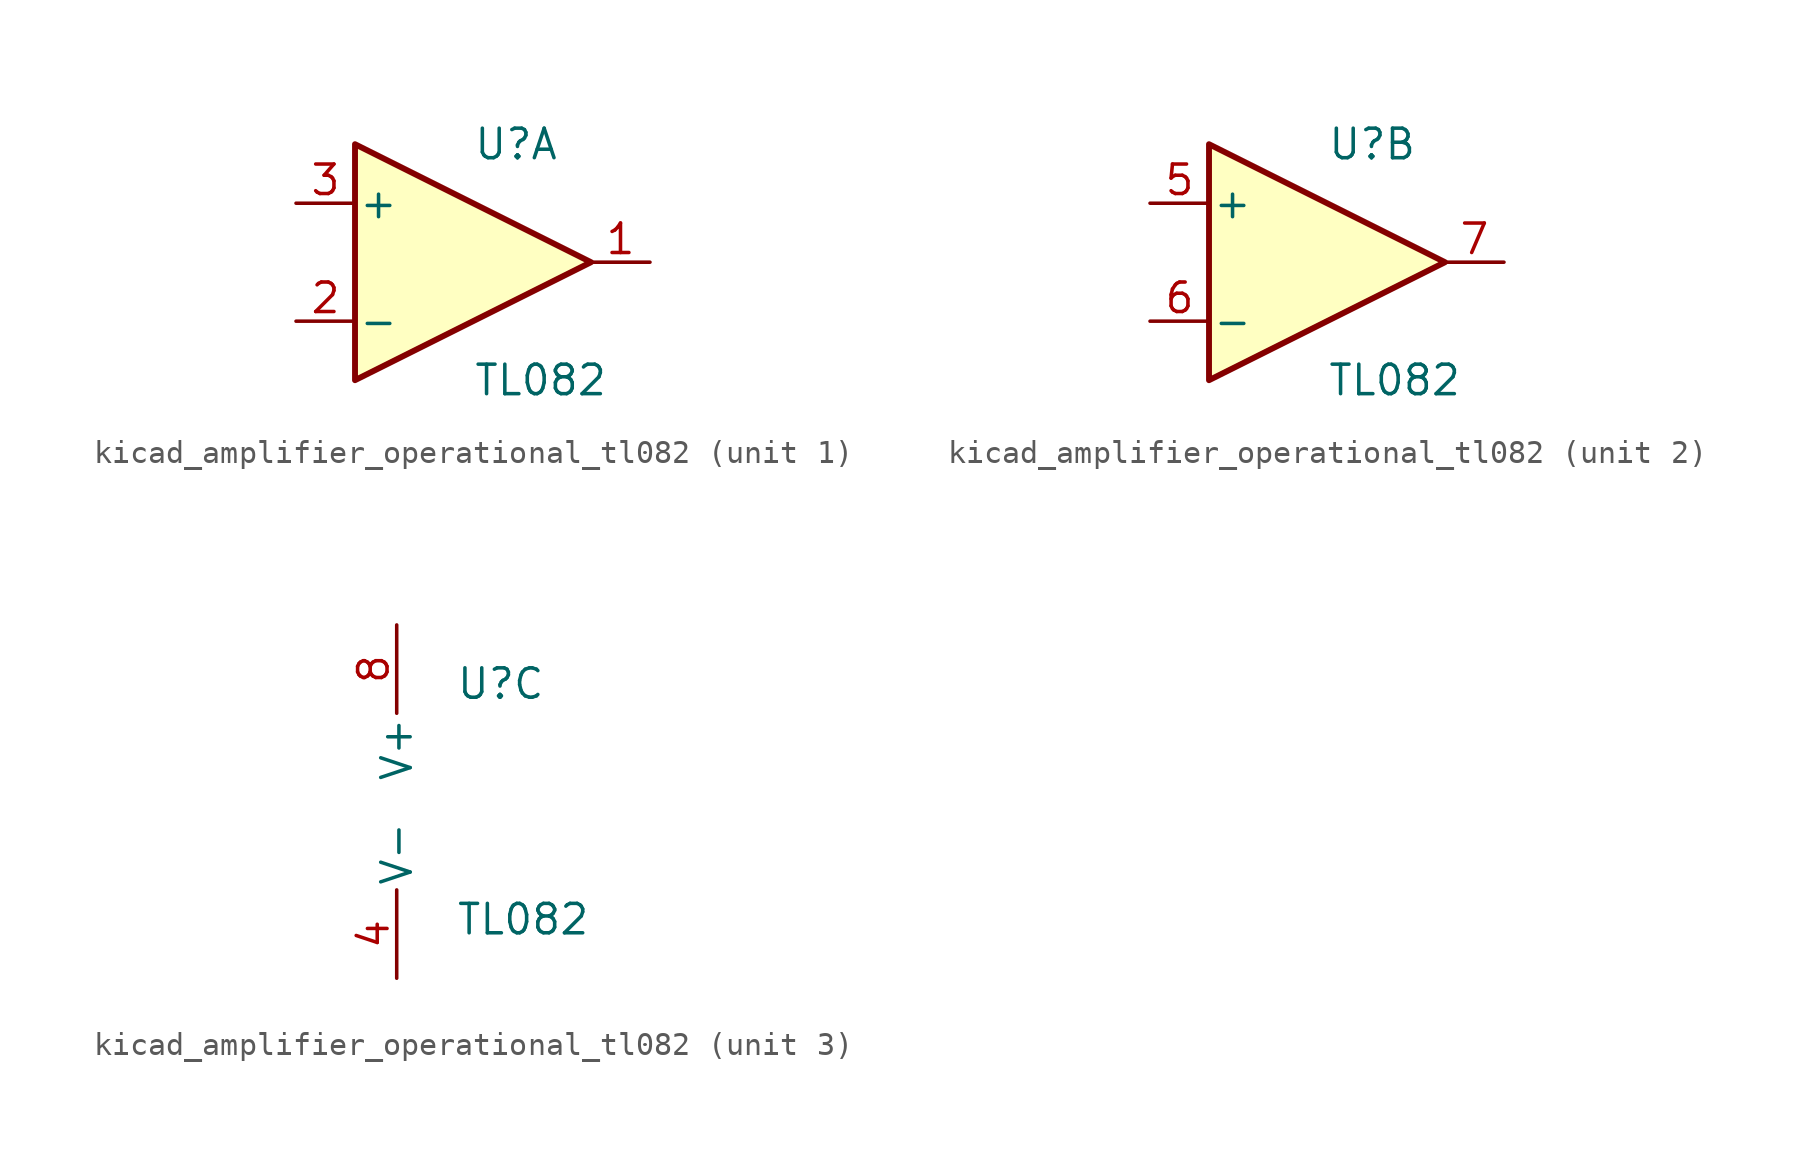
<source format=kicad_sym>
(kicad_symbol_lib
  (version 20220914)
  (generator kicad_symbol_editor)
  (symbol "kicad_amplifier_operational_tl082"
    (pin_names
      (offset 0.127))
    (property "Reference" "U"
      (at 0 5.08 0)
      (effects (font (size 1.27 1.27)) (justify left)))
    (property "Value" "TL082"
      (at 0 -5.08 0)
      (effects (font (size 1.27 1.27)) (justify left)))
    (property "ki_locked" ""
      (at 0 0 0)
      (effects (font (size 1.27 1.27))))
    (symbol "kicad_amplifier_operational_tl082_1_1"
      (polyline (pts (xy -5.08 5.08) (xy 5.08 0) (xy -5.08 -5.08) (xy -5.08 5.08)) (stroke (width 0.254) (type default)) (fill (type background)))
      (pin output line (at 7.62 0 180) (length 2.54) (name "~" (effects (font (size 1.27 1.27)))) (number "1" (effects (font (size 1.27 1.27)))))
      (pin input line (at -7.62 -2.54 0) (length 2.54) (name "-" (effects (font (size 1.27 1.27)))) (number "2" (effects (font (size 1.27 1.27)))))
      (pin input line (at -7.62 2.54 0) (length 2.54) (name "+" (effects (font (size 1.27 1.27)))) (number "3" (effects (font (size 1.27 1.27))))))
    (symbol "kicad_amplifier_operational_tl082_2_1"
      (polyline (pts (xy -5.08 5.08) (xy 5.08 0) (xy -5.08 -5.08) (xy -5.08 5.08)) (stroke (width 0.254) (type default)) (fill (type background)))
      (pin input line (at -7.62 2.54 0) (length 2.54) (name "+" (effects (font (size 1.27 1.27)))) (number "5" (effects (font (size 1.27 1.27)))))
      (pin input line (at -7.62 -2.54 0) (length 2.54) (name "-" (effects (font (size 1.27 1.27)))) (number "6" (effects (font (size 1.27 1.27)))))
      (pin output line (at 7.62 0 180) (length 2.54) (name "~" (effects (font (size 1.27 1.27)))) (number "7" (effects (font (size 1.27 1.27))))))
    (symbol "kicad_amplifier_operational_tl082_3_1"
      (pin power_in line (at -2.54 -7.62 90) (length 3.81) (name "V-" (effects (font (size 1.27 1.27)))) (number "4" (effects (font (size 1.27 1.27)))))
      (pin power_in line (at -2.54 7.62 270) (length 3.81) (name "V+" (effects (font (size 1.27 1.27)))) (number "8" (effects (font (size 1.27 1.27))))))))
</source>
